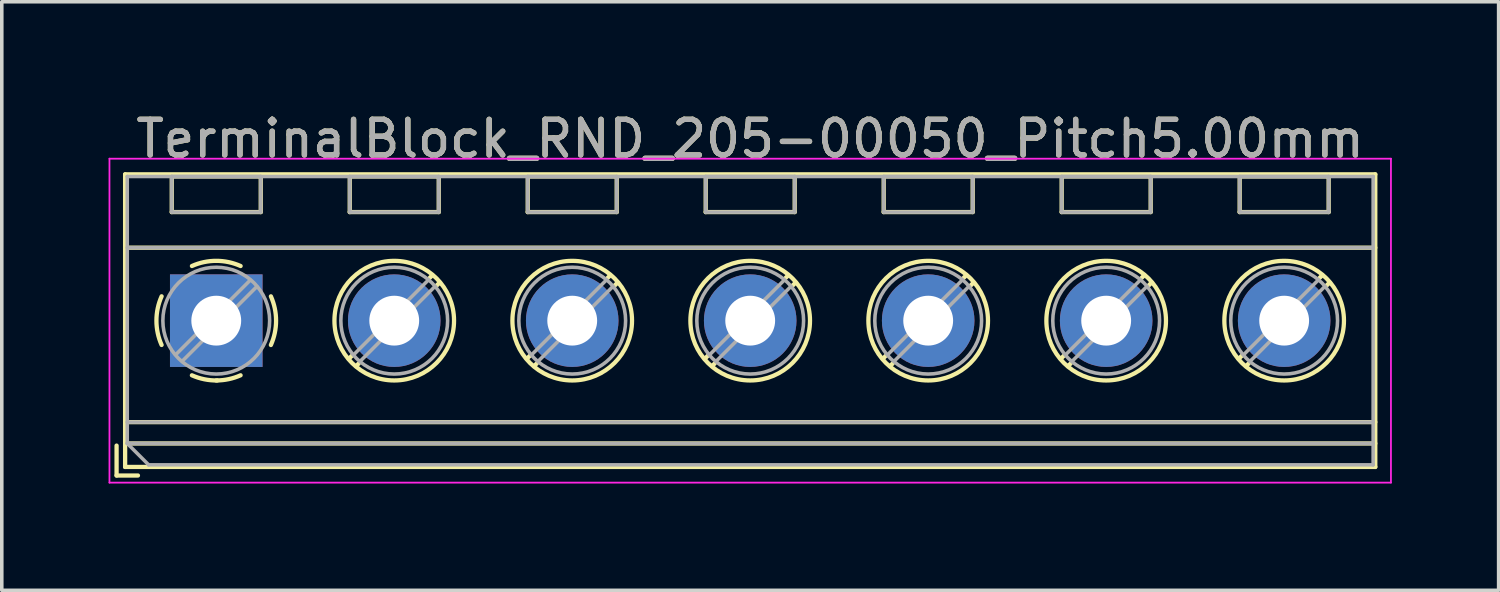
<source format=kicad_pcb>
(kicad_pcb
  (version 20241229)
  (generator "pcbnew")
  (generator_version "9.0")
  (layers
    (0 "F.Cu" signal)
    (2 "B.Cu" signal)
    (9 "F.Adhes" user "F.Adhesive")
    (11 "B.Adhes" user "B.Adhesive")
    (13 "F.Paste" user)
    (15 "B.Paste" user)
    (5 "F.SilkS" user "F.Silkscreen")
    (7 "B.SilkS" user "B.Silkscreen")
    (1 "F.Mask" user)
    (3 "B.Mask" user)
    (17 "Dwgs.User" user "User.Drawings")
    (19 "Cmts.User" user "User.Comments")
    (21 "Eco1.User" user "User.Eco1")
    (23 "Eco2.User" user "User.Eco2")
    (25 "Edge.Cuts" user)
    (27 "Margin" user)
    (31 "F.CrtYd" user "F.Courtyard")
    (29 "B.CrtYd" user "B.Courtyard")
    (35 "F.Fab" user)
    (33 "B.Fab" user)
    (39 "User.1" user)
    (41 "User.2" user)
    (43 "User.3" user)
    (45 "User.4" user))
  (footprint "TerminalBlock_RND_205-00050_Pitch5.00mm"
    (layer "F.Cu")
    (at 3.025 5.958)
    (property "Reference" "TerminalBlock_RND_205-00050_Pitch5.00mm" (at 15 -5.11 0) (layer "F.SilkS") (effects (font (size 1 1) (thickness 0.15))))
    (attr through_hole)
    (fp_line (start -2.8 3.51) (end -2.8 4.35) (stroke (width 0.12) (type solid)) (layer "F.SilkS"))
    (fp_line (start -2.8 4.35) (end -2.2 4.35) (stroke (width 0.12) (type solid)) (layer "F.SilkS"))
    (fp_line (start -2.56 -4.11) (end -2.56 4.11) (stroke (width 0.12) (type solid)) (layer "F.SilkS"))
    (fp_line (start -2.56 -2.05) (end 32.56 -2.05) (stroke (width 0.12) (type solid)) (layer "F.SilkS"))
    (fp_line (start -2.56 2.85) (end 32.56 2.85) (stroke (width 0.12) (type solid)) (layer "F.SilkS"))
    (fp_line (start -2.56 3.45) (end 32.56 3.45) (stroke (width 0.12) (type solid)) (layer "F.SilkS"))
    (fp_line (start -2.56 4.11) (end 32.56 4.11) (stroke (width 0.12) (type solid)) (layer "F.SilkS"))
    (fp_line (start -1.25 -4.05) (end -1.25 -3.05) (stroke (width 0.12) (type solid)) (layer "F.SilkS"))
    (fp_line (start -1.25 -4.05) (end 1.25 -4.05) (stroke (width 0.12) (type solid)) (layer "F.SilkS"))
    (fp_line (start -1.25 -3.05) (end 1.25 -3.05) (stroke (width 0.12) (type solid)) (layer "F.SilkS"))
    (fp_line (start 1.25 -4.05) (end 1.25 -3.05) (stroke (width 0.12) (type solid)) (layer "F.SilkS"))
    (fp_line (start 3.75 -4.05) (end 3.75 -3.05) (stroke (width 0.12) (type solid)) (layer "F.SilkS"))
    (fp_line (start 3.75 -4.05) (end 6.25 -4.05) (stroke (width 0.12) (type solid)) (layer "F.SilkS"))
    (fp_line (start 3.75 -3.05) (end 6.25 -3.05) (stroke (width 0.12) (type solid)) (layer "F.SilkS"))
    (fp_line (start 3.82 0.976) (end 3.726 1.069) (stroke (width 0.12) (type solid)) (layer "F.SilkS"))
    (fp_line (start 4.002 1.204) (end 3.931 1.274) (stroke (width 0.12) (type solid)) (layer "F.SilkS"))
    (fp_line (start 6.07 -1.275) (end 5.999 -1.204) (stroke (width 0.12) (type solid)) (layer "F.SilkS"))
    (fp_line (start 6.25 -4.05) (end 6.25 -3.05) (stroke (width 0.12) (type solid)) (layer "F.SilkS"))
    (fp_line (start 6.275 -1.069) (end 6.181 -0.976) (stroke (width 0.12) (type solid)) (layer "F.SilkS"))
    (fp_line (start 8.75 -4.05) (end 8.75 -3.05) (stroke (width 0.12) (type solid)) (layer "F.SilkS"))
    (fp_line (start 8.75 -4.05) (end 11.25 -4.05) (stroke (width 0.12) (type solid)) (layer "F.SilkS"))
    (fp_line (start 8.75 -3.05) (end 11.25 -3.05) (stroke (width 0.12) (type solid)) (layer "F.SilkS"))
    (fp_line (start 8.82 0.976) (end 8.726 1.069) (stroke (width 0.12) (type solid)) (layer "F.SilkS"))
    (fp_line (start 9.002 1.204) (end 8.931 1.274) (stroke (width 0.12) (type solid)) (layer "F.SilkS"))
    (fp_line (start 11.07 -1.275) (end 10.999 -1.204) (stroke (width 0.12) (type solid)) (layer "F.SilkS"))
    (fp_line (start 11.25 -4.05) (end 11.25 -3.05) (stroke (width 0.12) (type solid)) (layer "F.SilkS"))
    (fp_line (start 11.275 -1.069) (end 11.181 -0.976) (stroke (width 0.12) (type solid)) (layer "F.SilkS"))
    (fp_line (start 13.75 -4.05) (end 13.75 -3.05) (stroke (width 0.12) (type solid)) (layer "F.SilkS"))
    (fp_line (start 13.75 -4.05) (end 16.25 -4.05) (stroke (width 0.12) (type solid)) (layer "F.SilkS"))
    (fp_line (start 13.75 -3.05) (end 16.25 -3.05) (stroke (width 0.12) (type solid)) (layer "F.SilkS"))
    (fp_line (start 13.82 0.976) (end 13.726 1.069) (stroke (width 0.12) (type solid)) (layer "F.SilkS"))
    (fp_line (start 14.002 1.204) (end 13.931 1.274) (stroke (width 0.12) (type solid)) (layer "F.SilkS"))
    (fp_line (start 16.07 -1.275) (end 15.999 -1.204) (stroke (width 0.12) (type solid)) (layer "F.SilkS"))
    (fp_line (start 16.25 -4.05) (end 16.25 -3.05) (stroke (width 0.12) (type solid)) (layer "F.SilkS"))
    (fp_line (start 16.275 -1.069) (end 16.181 -0.976) (stroke (width 0.12) (type solid)) (layer "F.SilkS"))
    (fp_line (start 18.75 -4.05) (end 18.75 -3.05) (stroke (width 0.12) (type solid)) (layer "F.SilkS"))
    (fp_line (start 18.75 -4.05) (end 21.25 -4.05) (stroke (width 0.12) (type solid)) (layer "F.SilkS"))
    (fp_line (start 18.75 -3.05) (end 21.25 -3.05) (stroke (width 0.12) (type solid)) (layer "F.SilkS"))
    (fp_line (start 18.82 0.976) (end 18.726 1.069) (stroke (width 0.12) (type solid)) (layer "F.SilkS"))
    (fp_line (start 19.002 1.204) (end 18.931 1.274) (stroke (width 0.12) (type solid)) (layer "F.SilkS"))
    (fp_line (start 21.07 -1.275) (end 20.999 -1.204) (stroke (width 0.12) (type solid)) (layer "F.SilkS"))
    (fp_line (start 21.25 -4.05) (end 21.25 -3.05) (stroke (width 0.12) (type solid)) (layer "F.SilkS"))
    (fp_line (start 21.275 -1.069) (end 21.181 -0.976) (stroke (width 0.12) (type solid)) (layer "F.SilkS"))
    (fp_line (start 23.75 -4.05) (end 23.75 -3.05) (stroke (width 0.12) (type solid)) (layer "F.SilkS"))
    (fp_line (start 23.75 -4.05) (end 26.25 -4.05) (stroke (width 0.12) (type solid)) (layer "F.SilkS"))
    (fp_line (start 23.75 -3.05) (end 26.25 -3.05) (stroke (width 0.12) (type solid)) (layer "F.SilkS"))
    (fp_line (start 23.82 0.976) (end 23.726 1.069) (stroke (width 0.12) (type solid)) (layer "F.SilkS"))
    (fp_line (start 24.002 1.204) (end 23.931 1.274) (stroke (width 0.12) (type solid)) (layer "F.SilkS"))
    (fp_line (start 26.07 -1.275) (end 25.999 -1.204) (stroke (width 0.12) (type solid)) (layer "F.SilkS"))
    (fp_line (start 26.25 -4.05) (end 26.25 -3.05) (stroke (width 0.12) (type solid)) (layer "F.SilkS"))
    (fp_line (start 26.275 -1.069) (end 26.181 -0.976) (stroke (width 0.12) (type solid)) (layer "F.SilkS"))
    (fp_line (start 28.75 -4.05) (end 28.75 -3.05) (stroke (width 0.12) (type solid)) (layer "F.SilkS"))
    (fp_line (start 28.75 -4.05) (end 31.25 -4.05) (stroke (width 0.12) (type solid)) (layer "F.SilkS"))
    (fp_line (start 28.75 -3.05) (end 31.25 -3.05) (stroke (width 0.12) (type solid)) (layer "F.SilkS"))
    (fp_line (start 28.82 0.976) (end 28.726 1.069) (stroke (width 0.12) (type solid)) (layer "F.SilkS"))
    (fp_line (start 29.002 1.204) (end 28.931 1.274) (stroke (width 0.12) (type solid)) (layer "F.SilkS"))
    (fp_line (start 31.07 -1.275) (end 30.999 -1.204) (stroke (width 0.12) (type solid)) (layer "F.SilkS"))
    (fp_line (start 31.25 -4.05) (end 31.25 -3.05) (stroke (width 0.12) (type solid)) (layer "F.SilkS"))
    (fp_line (start 31.275 -1.069) (end 31.181 -0.976) (stroke (width 0.12) (type solid)) (layer "F.SilkS"))
    (fp_line (start 32.56 -4.11) (end -2.56 -4.11) (stroke (width 0.12) (type solid)) (layer "F.SilkS"))
    (fp_line (start 32.56 4.11) (end 32.56 -4.11) (stroke (width 0.12) (type solid)) (layer "F.SilkS"))
    (fp_arc (start -1.535427 0.683042) (mid -1.680501 -0.000524) (end -1.535 -0.684) (stroke (width 0.12) (type solid)) (layer "F.SilkS"))
    (fp_arc (start -0.683042 -1.535427) (mid 0.000524 -1.680501) (end 0.684 -1.535) (stroke (width 0.12) (type solid)) (layer "F.SilkS"))
    (fp_arc (start 0.028805 1.680253) (mid -0.335551 1.646659) (end -0.684 1.535) (stroke (width 0.12) (type solid)) (layer "F.SilkS"))
    (fp_arc (start 0.683318 1.534756) (mid 0.349292 1.643288) (end 0 1.68) (stroke (width 0.12) (type solid)) (layer "F.SilkS"))
    (fp_arc (start 1.535427 -0.683042) (mid 1.680501 0.000524) (end 1.535 0.684) (stroke (width 0.12) (type solid)) (layer "F.SilkS"))
    (fp_circle (center 5 0) (end 6.68 0) (stroke (width 0.12) (type solid)) (fill no) (layer "F.SilkS"))
    (fp_circle (center 10 0) (end 11.68 0) (stroke (width 0.12) (type solid)) (fill no) (layer "F.SilkS"))
    (fp_circle (center 15 0) (end 16.68 0) (stroke (width 0.12) (type solid)) (fill no) (layer "F.SilkS"))
    (fp_circle (center 20 0) (end 21.68 0) (stroke (width 0.12) (type solid)) (fill no) (layer "F.SilkS"))
    (fp_circle (center 25 0) (end 26.68 0) (stroke (width 0.12) (type solid)) (fill no) (layer "F.SilkS"))
    (fp_circle (center 30 0) (end 31.68 0) (stroke (width 0.12) (type solid)) (fill no) (layer "F.SilkS"))
    (fp_line (start -3 -4.55) (end -3 4.55) (stroke (width 0.05) (type solid)) (layer "F.CrtYd"))
    (fp_line (start -3 4.55) (end 33 4.55) (stroke (width 0.05) (type solid)) (layer "F.CrtYd"))
    (fp_line (start 33 -4.55) (end -3 -4.55) (stroke (width 0.05) (type solid)) (layer "F.CrtYd"))
    (fp_line (start 33 4.55) (end 33 -4.55) (stroke (width 0.05) (type solid)) (layer "F.CrtYd"))
    (fp_line (start -2.5 -4.05) (end 32.5 -4.05) (stroke (width 0.1) (type solid)) (layer "F.Fab"))
    (fp_line (start -2.5 -2.05) (end 32.5 -2.05) (stroke (width 0.1) (type solid)) (layer "F.Fab"))
    (fp_line (start -2.5 2.85) (end 32.5 2.85) (stroke (width 0.1) (type solid)) (layer "F.Fab"))
    (fp_line (start -2.5 3.45) (end -2.5 -4.05) (stroke (width 0.1) (type solid)) (layer "F.Fab"))
    (fp_line (start -2.5 3.45) (end 32.5 3.45) (stroke (width 0.1) (type solid)) (layer "F.Fab"))
    (fp_line (start -1.9 4.05) (end -2.5 3.45) (stroke (width 0.1) (type solid)) (layer "F.Fab"))
    (fp_line (start -1.25 -4.05) (end -1.25 -3.05) (stroke (width 0.1) (type solid)) (layer "F.Fab"))
    (fp_line (start -1.25 -3.05) (end 1.25 -3.05) (stroke (width 0.1) (type solid)) (layer "F.Fab"))
    (fp_line (start 0.955 -1.138) (end -1.138 0.955) (stroke (width 0.1) (type solid)) (layer "F.Fab"))
    (fp_line (start 1.138 -0.955) (end -0.955 1.138) (stroke (width 0.1) (type solid)) (layer "F.Fab"))
    (fp_line (start 1.25 -4.05) (end -1.25 -4.05) (stroke (width 0.1) (type solid)) (layer "F.Fab"))
    (fp_line (start 1.25 -3.05) (end 1.25 -4.05) (stroke (width 0.1) (type solid)) (layer "F.Fab"))
    (fp_line (start 3.75 -4.05) (end 3.75 -3.05) (stroke (width 0.1) (type solid)) (layer "F.Fab"))
    (fp_line (start 3.75 -3.05) (end 6.25 -3.05) (stroke (width 0.1) (type solid)) (layer "F.Fab"))
    (fp_line (start 5.955 -1.138) (end 3.863 0.955) (stroke (width 0.1) (type solid)) (layer "F.Fab"))
    (fp_line (start 6.138 -0.955) (end 4.046 1.138) (stroke (width 0.1) (type solid)) (layer "F.Fab"))
    (fp_line (start 6.25 -4.05) (end 3.75 -4.05) (stroke (width 0.1) (type solid)) (layer "F.Fab"))
    (fp_line (start 6.25 -3.05) (end 6.25 -4.05) (stroke (width 0.1) (type solid)) (layer "F.Fab"))
    (fp_line (start 8.75 -4.05) (end 8.75 -3.05) (stroke (width 0.1) (type solid)) (layer "F.Fab"))
    (fp_line (start 8.75 -3.05) (end 11.25 -3.05) (stroke (width 0.1) (type solid)) (layer "F.Fab"))
    (fp_line (start 10.955 -1.138) (end 8.863 0.955) (stroke (width 0.1) (type solid)) (layer "F.Fab"))
    (fp_line (start 11.138 -0.955) (end 9.046 1.138) (stroke (width 0.1) (type solid)) (layer "F.Fab"))
    (fp_line (start 11.25 -4.05) (end 8.75 -4.05) (stroke (width 0.1) (type solid)) (layer "F.Fab"))
    (fp_line (start 11.25 -3.05) (end 11.25 -4.05) (stroke (width 0.1) (type solid)) (layer "F.Fab"))
    (fp_line (start 13.75 -4.05) (end 13.75 -3.05) (stroke (width 0.1) (type solid)) (layer "F.Fab"))
    (fp_line (start 13.75 -3.05) (end 16.25 -3.05) (stroke (width 0.1) (type solid)) (layer "F.Fab"))
    (fp_line (start 15.955 -1.138) (end 13.863 0.955) (stroke (width 0.1) (type solid)) (layer "F.Fab"))
    (fp_line (start 16.138 -0.955) (end 14.046 1.138) (stroke (width 0.1) (type solid)) (layer "F.Fab"))
    (fp_line (start 16.25 -4.05) (end 13.75 -4.05) (stroke (width 0.1) (type solid)) (layer "F.Fab"))
    (fp_line (start 16.25 -3.05) (end 16.25 -4.05) (stroke (width 0.1) (type solid)) (layer "F.Fab"))
    (fp_line (start 18.75 -4.05) (end 18.75 -3.05) (stroke (width 0.1) (type solid)) (layer "F.Fab"))
    (fp_line (start 18.75 -3.05) (end 21.25 -3.05) (stroke (width 0.1) (type solid)) (layer "F.Fab"))
    (fp_line (start 20.955 -1.138) (end 18.863 0.955) (stroke (width 0.1) (type solid)) (layer "F.Fab"))
    (fp_line (start 21.138 -0.955) (end 19.046 1.138) (stroke (width 0.1) (type solid)) (layer "F.Fab"))
    (fp_line (start 21.25 -4.05) (end 18.75 -4.05) (stroke (width 0.1) (type solid)) (layer "F.Fab"))
    (fp_line (start 21.25 -3.05) (end 21.25 -4.05) (stroke (width 0.1) (type solid)) (layer "F.Fab"))
    (fp_line (start 23.75 -4.05) (end 23.75 -3.05) (stroke (width 0.1) (type solid)) (layer "F.Fab"))
    (fp_line (start 23.75 -3.05) (end 26.25 -3.05) (stroke (width 0.1) (type solid)) (layer "F.Fab"))
    (fp_line (start 25.955 -1.138) (end 23.863 0.955) (stroke (width 0.1) (type solid)) (layer "F.Fab"))
    (fp_line (start 26.138 -0.955) (end 24.046 1.138) (stroke (width 0.1) (type solid)) (layer "F.Fab"))
    (fp_line (start 26.25 -4.05) (end 23.75 -4.05) (stroke (width 0.1) (type solid)) (layer "F.Fab"))
    (fp_line (start 26.25 -3.05) (end 26.25 -4.05) (stroke (width 0.1) (type solid)) (layer "F.Fab"))
    (fp_line (start 28.75 -4.05) (end 28.75 -3.05) (stroke (width 0.1) (type solid)) (layer "F.Fab"))
    (fp_line (start 28.75 -3.05) (end 31.25 -3.05) (stroke (width 0.1) (type solid)) (layer "F.Fab"))
    (fp_line (start 30.955 -1.138) (end 28.863 0.955) (stroke (width 0.1) (type solid)) (layer "F.Fab"))
    (fp_line (start 31.138 -0.955) (end 29.046 1.138) (stroke (width 0.1) (type solid)) (layer "F.Fab"))
    (fp_line (start 31.25 -4.05) (end 28.75 -4.05) (stroke (width 0.1) (type solid)) (layer "F.Fab"))
    (fp_line (start 31.25 -3.05) (end 31.25 -4.05) (stroke (width 0.1) (type solid)) (layer "F.Fab"))
    (fp_line (start 32.5 -4.05) (end 32.5 4.05) (stroke (width 0.1) (type solid)) (layer "F.Fab"))
    (fp_line (start 32.5 4.05) (end -1.9 4.05) (stroke (width 0.1) (type solid)) (layer "F.Fab"))
    (fp_circle (center 0 0) (end 1.5 0) (stroke (width 0.1) (type solid)) (fill no) (layer "F.Fab"))
    (fp_circle (center 5 0) (end 6.5 0) (stroke (width 0.1) (type solid)) (fill no) (layer "F.Fab"))
    (fp_circle (center 10 0) (end 11.5 0) (stroke (width 0.1) (type solid)) (fill no) (layer "F.Fab"))
    (fp_circle (center 15 0) (end 16.5 0) (stroke (width 0.1) (type solid)) (fill no) (layer "F.Fab"))
    (fp_circle (center 20 0) (end 21.5 0) (stroke (width 0.1) (type solid)) (fill no) (layer "F.Fab"))
    (fp_circle (center 25 0) (end 26.5 0) (stroke (width 0.1) (type solid)) (fill no) (layer "F.Fab"))
    (fp_circle (center 30 0) (end 31.5 0) (stroke (width 0.1) (type solid)) (fill no) (layer "F.Fab"))
    (fp_text user "${REFERENCE}" (at 15 -5.11 0) (layer "F.Fab") (effects (font (size 1 1) (thickness 0.15))))
    (pad "1" thru_hole rect (at 0 0) (size 2.6 2.6) (drill 1.4) (layers "*.Cu" "*.Mask"))
    (pad "2" thru_hole oval (at 5 0) (size 2.6 2.6) (drill 1.4) (layers "*.Cu" "*.Mask"))
    (pad "3" thru_hole oval (at 10 0) (size 2.6 2.6) (drill 1.4) (layers "*.Cu" "*.Mask"))
    (pad "4" thru_hole oval (at 15 0) (size 2.6 2.6) (drill 1.4) (layers "*.Cu" "*.Mask"))
    (pad "5" thru_hole oval (at 20 0) (size 2.6 2.6) (drill 1.4) (layers "*.Cu" "*.Mask"))
    (pad "6" thru_hole oval (at 25 0) (size 2.6 2.6) (drill 1.4) (layers "*.Cu" "*.Mask"))
    (pad "7" thru_hole oval (at 30 0) (size 2.6 2.6) (drill 1.4) (layers "*.Cu" "*.Mask")))
  (gr_rect
    (start -3 -3)
    (end 39.05 13.533)
    (stroke (width 0.1) (type default))
    (fill no)
    (layer "Edge.Cuts")))
</source>
